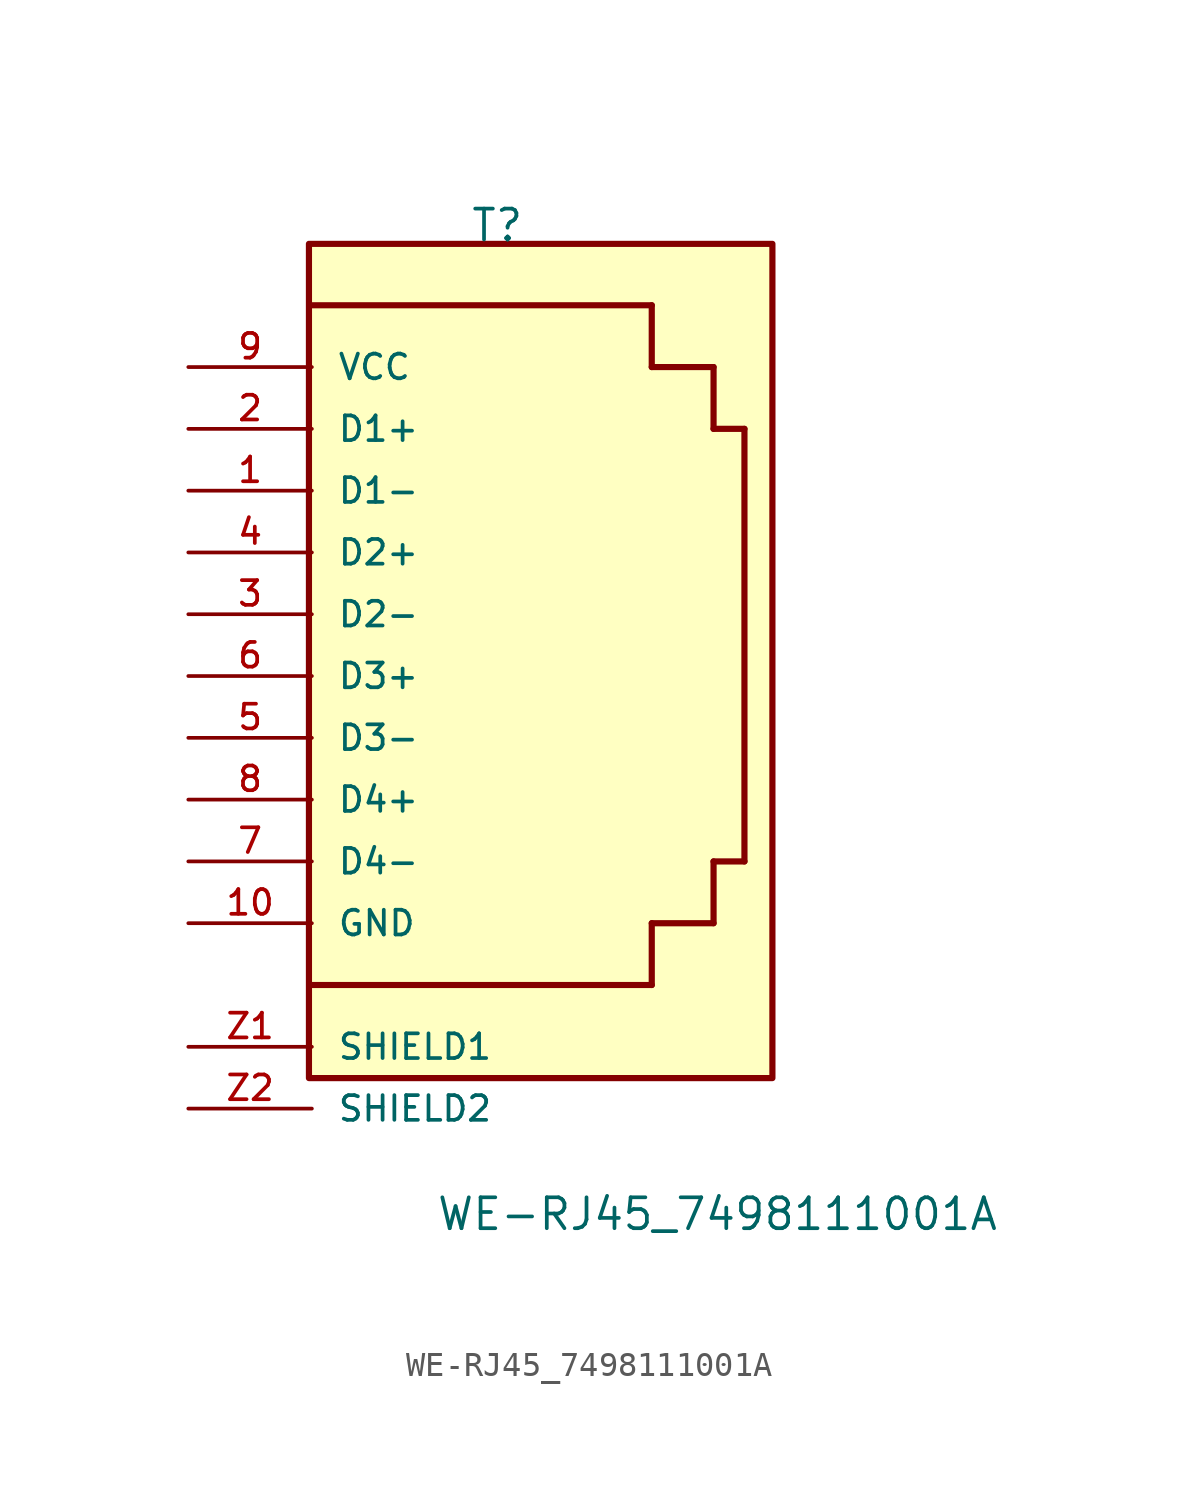
<source format=kicad_sym>
(kicad_symbol_lib
  (version 20211014)
  (generator kicad_symbol_editor)
  (symbol "WE-RJ45_7498111001A"
    (pin_names
      (offset 1.016))
    (property "Reference" "T"
      (at 0.0 17.78 0)
      (effects (font (size 1.27 1.27)) (justify bottom)))
    (property "Value" "WE-RJ45_7498111001A"
      (at -2.54 -22.86 0)
      (effects (font (size 1.27 1.27)) (justify bottom left)))
    (symbol "WE-RJ45_7498111001A_0_0"
      (polyline (pts (xy -7.62 15.24) (xy 6.35 15.24)) (stroke (width 0.254)))
      (polyline (pts (xy 10.16 10.16) (xy 10.16 -7.62)) (stroke (width 0.254)))
      (polyline (pts (xy 6.35 -12.7) (xy -7.62 -12.7)) (stroke (width 0.254)))
      (polyline (pts (xy 6.35 15.24) (xy 6.35 12.7)) (stroke (width 0.254)))
      (polyline (pts (xy 6.35 12.7) (xy 8.89 12.7)) (stroke (width 0.254)))
      (polyline (pts (xy 8.89 12.7) (xy 8.89 10.16)) (stroke (width 0.254)))
      (polyline (pts (xy 6.35 -12.7) (xy 6.35 -10.16)) (stroke (width 0.254)))
      (polyline (pts (xy 6.35 -10.16) (xy 8.89 -10.16)) (stroke (width 0.254)))
      (polyline (pts (xy 8.89 -10.16) (xy 8.89 -7.62)) (stroke (width 0.254)))
      (polyline (pts (xy 8.89 -7.62) (xy 10.16 -7.62)) (stroke (width 0.254)))
      (polyline (pts (xy 8.89 10.16) (xy 10.16 10.16)) (stroke (width 0.254)))
      (rectangle (start -7.741 -16.526) (end 11.309 17.764) (stroke (width 0.254)) (fill (type background)))
      (pin passive line (at -12.7 7.62 0) (length 5.08) (name "D1-" (effects (font (size 1.016 1.016)))) (number "1" (effects (font (size 1.016 1.016)))))
      (pin passive line (at -12.7 5.08 0) (length 5.08) (name "D2+" (effects (font (size 1.016 1.016)))) (number "4" (effects (font (size 1.016 1.016)))))
      (pin passive line (at -12.7 12.7 0) (length 5.08) (name "VCC" (effects (font (size 1.016 1.016)))) (number "9" (effects (font (size 1.016 1.016)))))
      (pin passive line (at -12.7 10.16 0) (length 5.08) (name "D1+" (effects (font (size 1.016 1.016)))) (number "2" (effects (font (size 1.016 1.016)))))
      (pin passive line (at -12.7 -7.62 0) (length 5.08) (name "D4-" (effects (font (size 1.016 1.016)))) (number "7" (effects (font (size 1.016 1.016)))))
      (pin passive line (at -12.7 -10.16 0) (length 5.08) (name "GND" (effects (font (size 1.016 1.016)))) (number "10" (effects (font (size 1.016 1.016)))))
      (pin passive line (at -12.7 -2.54 0) (length 5.08) (name "D3-" (effects (font (size 1.016 1.016)))) (number "5" (effects (font (size 1.016 1.016)))))
      (pin passive line (at -12.7 -5.08 0) (length 5.08) (name "D4+" (effects (font (size 1.016 1.016)))) (number "8" (effects (font (size 1.016 1.016)))))
      (pin passive line (at -12.7 0.0 0) (length 5.08) (name "D3+" (effects (font (size 1.016 1.016)))) (number "6" (effects (font (size 1.016 1.016)))))
      (pin passive line (at -12.7 2.54 0) (length 5.08) (name "D2-" (effects (font (size 1.016 1.016)))) (number "3" (effects (font (size 1.016 1.016)))))
      (pin passive line (at -12.7 -15.24 0) (length 5.08) (name "SHIELD1" (effects (font (size 1.016 1.016)))) (number "Z1" (effects (font (size 1.016 1.016)))))
      (pin passive line (at -12.7 -17.78 0) (length 5.08) (name "SHIELD2" (effects (font (size 1.016 1.016)))) (number "Z2" (effects (font (size 1.016 1.016))))))))
</source>
